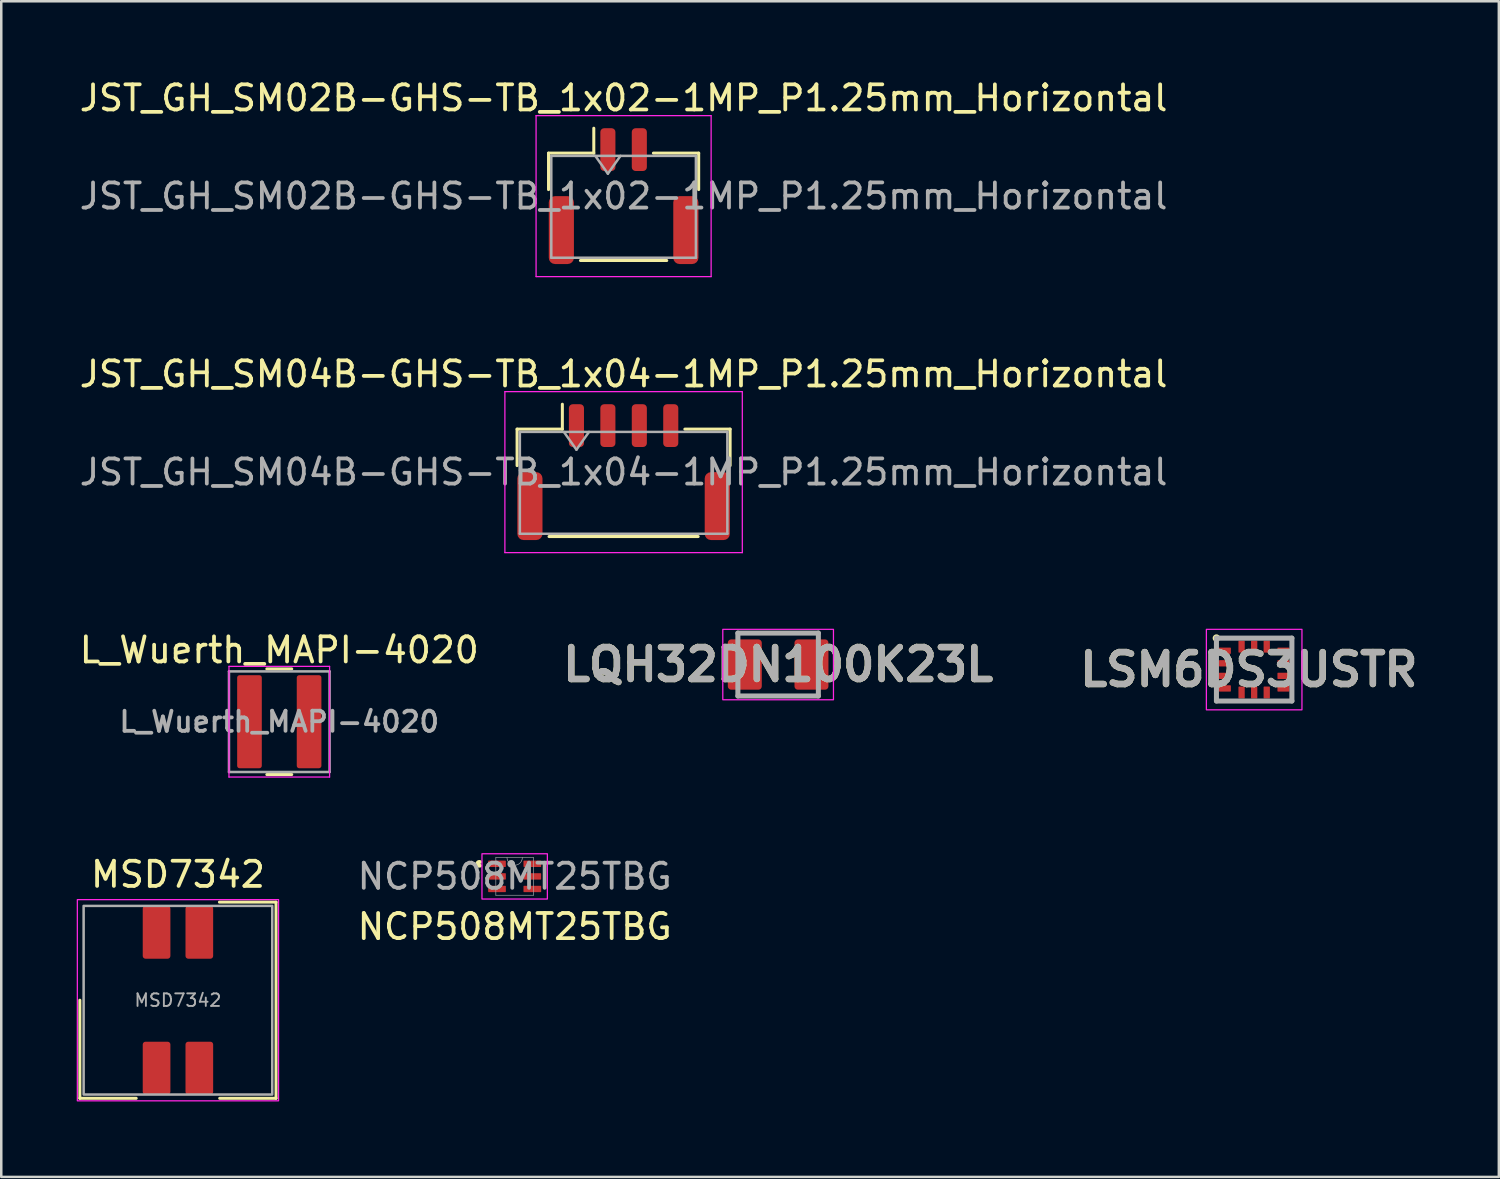
<source format=kicad_pcb>
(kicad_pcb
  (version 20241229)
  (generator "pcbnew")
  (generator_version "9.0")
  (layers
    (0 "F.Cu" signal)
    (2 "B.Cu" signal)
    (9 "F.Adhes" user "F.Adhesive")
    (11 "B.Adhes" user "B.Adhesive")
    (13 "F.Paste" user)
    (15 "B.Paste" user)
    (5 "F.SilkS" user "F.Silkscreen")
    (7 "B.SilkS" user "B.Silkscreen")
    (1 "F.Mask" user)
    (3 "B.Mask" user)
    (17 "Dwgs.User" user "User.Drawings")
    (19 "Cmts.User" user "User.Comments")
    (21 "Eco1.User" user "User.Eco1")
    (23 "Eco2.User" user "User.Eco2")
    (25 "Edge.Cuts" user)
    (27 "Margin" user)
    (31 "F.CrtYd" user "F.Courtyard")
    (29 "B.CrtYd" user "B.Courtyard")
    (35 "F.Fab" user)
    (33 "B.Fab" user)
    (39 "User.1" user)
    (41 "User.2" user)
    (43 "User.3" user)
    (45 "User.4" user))
  (footprint "NCP508MT25TBG"
    (layer "F.Cu")
    (at 17.413 31.795)
    (property "Reference" "NCP508MT25TBG" (at 0 2 0) (unlocked yes) (layer "F.SilkS") (effects (font (size 1 1) (thickness 0.15))))
    (attr smd)
    (fp_arc (start -1.38684 -0.426172) (mid -1.481899 -0.5) (end -1.38684 -0.573828) (stroke (width 0.1524) (type solid)) (layer "F.SilkS"))
    (fp_rect (start -1.3 -0.9) (end 1.3 0.9) (stroke (width 0.05) (type default)) (fill no) (layer "F.CrtYd"))
    (fp_line (start -0.749 -0.749) (end -0.749 0.749) (stroke (width 0.025) (type solid)) (layer "F.Fab"))
    (fp_line (start -0.749 0.749) (end 0.749 0.749) (stroke (width 0.025) (type solid)) (layer "F.Fab"))
    (fp_line (start 0.749 -0.749) (end -0.749 -0.749) (stroke (width 0.025) (type solid)) (layer "F.Fab"))
    (fp_line (start 0.749 0.749) (end 0.749 -0.749) (stroke (width 0.025) (type solid)) (layer "F.Fab"))
    (fp_arc (start 0.3048 -0.7493) (mid 0 -0.4445) (end -0.3048 -0.7493) (stroke (width 0.0254) (type solid)) (layer "F.Fab"))
    (fp_circle (center -0.14 -0.5) (end -0.14 -0.5) (stroke (width 0.152) (type solid)) (fill no) (layer "F.Fab"))
    (fp_text user "${REFERENCE}" (at 0 0 0) (unlocked yes) (layer "F.Fab") (effects (font (size 1 1) (thickness 0.15))))
    (pad "1" smd roundrect (at -0.702 -0.5) (size 0.704 0.254) (layers "F.Cu" "F.Mask" "F.Paste") (roundrect_rratio 0.1))
    (pad "2" smd roundrect (at -0.702 0) (size 0.704 0.254) (layers "F.Cu" "F.Mask" "F.Paste") (roundrect_rratio 0.1))
    (pad "3" smd roundrect (at -0.702 0.5) (size 0.704 0.254) (layers "F.Cu" "F.Mask" "F.Paste") (roundrect_rratio 0.1))
    (pad "4" smd roundrect (at 0.702 0.5) (size 0.704 0.254) (layers "F.Cu" "F.Mask" "F.Paste") (roundrect_rratio 0.1))
    (pad "5" smd roundrect (at 0.7 0) (size 0.704 0.254) (layers "F.Cu" "F.Mask" "F.Paste") (roundrect_rratio 0.1))
    (pad "6" smd roundrect (at 0.702 -0.5) (size 0.704 0.254) (layers "F.Cu" "F.Mask" "F.Paste") (roundrect_rratio 0.1)))
  (footprint "JST_GH_SM02B-GHS-TB_1x02-1MP_P1.25mm_Horizontal"
    (layer "F.Cu")
    (at 21.744 4.748)
    (property "Reference" "JST_GH_SM02B-GHS-TB_1x02-1MP_P1.25mm_Horizontal" (at 0 -3.9 0) (layer "F.SilkS") (effects (font (size 1 1) (thickness 0.15))))
    (attr smd)
    (fp_line (start -2.985 -1.71) (end -1.185 -1.71) (stroke (width 0.12) (type solid)) (layer "F.SilkS"))
    (fp_line (start -2.985 -0.26) (end -2.985 -1.71) (stroke (width 0.12) (type solid)) (layer "F.SilkS"))
    (fp_line (start -1.715 2.56) (end 1.715 2.56) (stroke (width 0.12) (type solid)) (layer "F.SilkS"))
    (fp_line (start -1.185 -1.71) (end -1.185 -2.7) (stroke (width 0.12) (type solid)) (layer "F.SilkS"))
    (fp_line (start 2.985 -1.71) (end 1.185 -1.71) (stroke (width 0.12) (type solid)) (layer "F.SilkS"))
    (fp_line (start 2.985 -0.26) (end 2.985 -1.71) (stroke (width 0.12) (type solid)) (layer "F.SilkS"))
    (fp_line (start -3.48 -3.2) (end -3.48 3.2) (stroke (width 0.05) (type solid)) (layer "F.CrtYd"))
    (fp_line (start -3.48 3.2) (end 3.48 3.2) (stroke (width 0.05) (type solid)) (layer "F.CrtYd"))
    (fp_line (start 3.48 -3.2) (end -3.48 -3.2) (stroke (width 0.05) (type solid)) (layer "F.CrtYd"))
    (fp_line (start 3.48 3.2) (end 3.48 -3.2) (stroke (width 0.05) (type solid)) (layer "F.CrtYd"))
    (fp_line (start -2.875 -1.6) (end -2.875 2.45) (stroke (width 0.1) (type solid)) (layer "F.Fab"))
    (fp_line (start -2.875 -1.6) (end 2.875 -1.6) (stroke (width 0.1) (type solid)) (layer "F.Fab"))
    (fp_line (start -2.875 2.45) (end 2.875 2.45) (stroke (width 0.1) (type solid)) (layer "F.Fab"))
    (fp_line (start -1.125 -1.6) (end -0.625 -0.893) (stroke (width 0.1) (type solid)) (layer "F.Fab"))
    (fp_line (start -0.625 -0.893) (end -0.125 -1.6) (stroke (width 0.1) (type solid)) (layer "F.Fab"))
    (fp_line (start 2.875 -1.6) (end 2.875 2.45) (stroke (width 0.1) (type solid)) (layer "F.Fab"))
    (fp_text user "${REFERENCE}" (at 0 0 0) (layer "F.Fab") (effects (font (size 1 1) (thickness 0.15))))
    (pad "1" smd roundrect (at -0.625 -1.85) (size 0.6 1.7) (layers "F.Cu" "F.Mask" "F.Paste") (roundrect_rratio 0.25))
    (pad "2" smd roundrect (at 0.625 -1.85) (size 0.6 1.7) (layers "F.Cu" "F.Mask" "F.Paste") (roundrect_rratio 0.25))
    (pad "MP1" smd roundrect (at -2.475 1.35) (size 1 2.7) (layers "F.Cu" "F.Mask" "F.Paste") (roundrect_rratio 0.25))
    (pad "MP2" smd roundrect (at 2.475 1.35) (size 1 2.7) (layers "F.Cu" "F.Mask" "F.Paste") (roundrect_rratio 0.25)))
  (footprint "LSM6DS3USTR"
    (layer "F.Cu")
    (at 46.815 23.572)
    (property "Reference" "LSM6DS3USTR" (at -0.209 0 0) (layer "F.SilkS") (effects (font (size 1.27 1.27) (thickness 0.254))))
    (attr smd)
    (fp_line (start -1.5 -0.9) (end -1.5 1.25) (stroke (width 0.1) (type default)) (layer "F.SilkS"))
    (fp_line (start -1.5 1.25) (end 1.5 1.25) (stroke (width 0.1) (type default)) (layer "F.SilkS"))
    (fp_line (start -1.15 -1.25) (end 1.5 -1.25) (stroke (width 0.1) (type default)) (layer "F.SilkS"))
    (fp_line (start 1.5 1.25) (end 1.5 -1.25) (stroke (width 0.1) (type default)) (layer "F.SilkS"))
    (fp_circle (center -1.5 -1.25) (end -1.35 -1.25) (stroke (width 0) (type solid)) (fill yes) (layer "F.SilkS"))
    (fp_rect (start -1.9 -1.6) (end 1.9 1.6) (stroke (width 0.05) (type default)) (fill no) (layer "F.CrtYd"))
    (fp_line (start -1.5 -1.25) (end 1.5 -1.25) (stroke (width 0.2) (type solid)) (layer "F.Fab"))
    (fp_line (start -1.5 1.25) (end -1.5 -1.25) (stroke (width 0.2) (type solid)) (layer "F.Fab"))
    (fp_line (start 1.5 -1.25) (end 1.5 1.25) (stroke (width 0.2) (type solid)) (layer "F.Fab"))
    (fp_line (start 1.5 1.25) (end -1.5 1.25) (stroke (width 0.2) (type solid)) (layer "F.Fab"))
    (fp_text user "${REFERENCE}" (at -0.209 0 0) (layer "F.Fab") (effects (font (size 1.27 1.27) (thickness 0.254))))
    (pad "1" smd roundrect (at -1.163 -0.75 90) (size 0.25 0.475) (layers "F.Cu" "F.Mask" "F.Paste") (roundrect_rratio 0.1))
    (pad "2" smd roundrect (at -1.163 -0.25 90) (size 0.25 0.475) (layers "F.Cu" "F.Mask" "F.Paste") (roundrect_rratio 0.1))
    (pad "3" smd roundrect (at -1.163 0.25 90) (size 0.25 0.475) (layers "F.Cu" "F.Mask" "F.Paste") (roundrect_rratio 0.1))
    (pad "4" smd roundrect (at -1.163 0.75 90) (size 0.25 0.475) (layers "F.Cu" "F.Mask" "F.Paste") (roundrect_rratio 0.1))
    (pad "5" smd roundrect (at -0.5 0.912) (size 0.25 0.475) (layers "F.Cu" "F.Mask" "F.Paste") (roundrect_rratio 0.1))
    (pad "6" smd roundrect (at 0 0.912) (size 0.25 0.475) (layers "F.Cu" "F.Mask" "F.Paste") (roundrect_rratio 0.1))
    (pad "7" smd roundrect (at 0.5 0.912) (size 0.25 0.475) (layers "F.Cu" "F.Mask" "F.Paste") (roundrect_rratio 0.1))
    (pad "8" smd roundrect (at 1.163 0.75 90) (size 0.25 0.475) (layers "F.Cu" "F.Mask" "F.Paste") (roundrect_rratio 0.1))
    (pad "9" smd roundrect (at 1.163 0.25 90) (size 0.25 0.475) (layers "F.Cu" "F.Mask" "F.Paste") (roundrect_rratio 0.1))
    (pad "10" smd roundrect (at 1.163 -0.25 90) (size 0.25 0.475) (layers "F.Cu" "F.Mask" "F.Paste") (roundrect_rratio 0.1))
    (pad "11" smd roundrect (at 1.163 -0.75 90) (size 0.25 0.475) (layers "F.Cu" "F.Mask" "F.Paste") (roundrect_rratio 0.1))
    (pad "12" smd roundrect (at 0.5 -0.912) (size 0.25 0.475) (layers "F.Cu" "F.Mask" "F.Paste") (roundrect_rratio 0.1))
    (pad "13" smd roundrect (at 0 -0.912) (size 0.25 0.475) (layers "F.Cu" "F.Mask" "F.Paste") (roundrect_rratio 0.1))
    (pad "14" smd roundrect (at -0.5 -0.912) (size 0.25 0.475) (layers "F.Cu" "F.Mask" "F.Paste") (roundrect_rratio 0.1)))
  (footprint "L_Wuerth_MAPI-4020"
    (layer "F.Cu")
    (at 8.054 25.645)
    (property "Reference" "L_Wuerth_MAPI-4020" (at 0 -2.85 0) (layer "F.SilkS") (effects (font (size 1 1) (thickness 0.15))))
    (attr smd)
    (fp_line (start -0.495 -2.1) (end 0.495 -2.1) (stroke (width 0.12) (type solid)) (layer "F.SilkS"))
    (fp_line (start -0.495 2.1) (end 0.495 2.1) (stroke (width 0.12) (type solid)) (layer "F.SilkS"))
    (fp_line (start -2 -2.2) (end -2 2.2) (stroke (width 0.05) (type solid)) (layer "F.CrtYd"))
    (fp_line (start -2 2.2) (end 2 2.2) (stroke (width 0.05) (type solid)) (layer "F.CrtYd"))
    (fp_line (start 2 -2.2) (end -2 -2.2) (stroke (width 0.05) (type solid)) (layer "F.CrtYd"))
    (fp_line (start 2 2.2) (end 2 -2.2) (stroke (width 0.05) (type solid)) (layer "F.CrtYd"))
    (fp_line (start -2 -2) (end -2 2) (stroke (width 0.1) (type solid)) (layer "F.Fab"))
    (fp_line (start -2 2) (end 2 2) (stroke (width 0.1) (type solid)) (layer "F.Fab"))
    (fp_line (start 2 -2) (end -2 -2) (stroke (width 0.1) (type solid)) (layer "F.Fab"))
    (fp_line (start 2 2) (end 2 -2) (stroke (width 0.1) (type solid)) (layer "F.Fab"))
    (fp_text user "${REFERENCE}" (at 0 0 0) (layer "F.Fab") (effects (font (size 0.8 0.8) (thickness 0.15))))
    (pad "1" smd roundrect (at -1.185 0) (size 0.98 3.7) (layers "F.Cu" "F.Mask" "F.Paste") (roundrect_rratio 0.1))
    (pad "2" smd roundrect (at 1.185 0) (size 0.98 3.7) (layers "F.Cu" "F.Mask" "F.Paste") (roundrect_rratio 0.1)))
  (footprint "JST_GH_SM04B-GHS-TB_1x04-1MP_P1.25mm_Horizontal"
    (layer "F.Cu")
    (at 21.744 15.722)
    (property "Reference" "JST_GH_SM04B-GHS-TB_1x04-1MP_P1.25mm_Horizontal" (at 0 -3.9 0) (layer "F.SilkS") (effects (font (size 1 1) (thickness 0.15))))
    (attr smd)
    (fp_line (start -4.235 -1.71) (end -2.435 -1.71) (stroke (width 0.12) (type solid)) (layer "F.SilkS"))
    (fp_line (start -4.235 -0.26) (end -4.235 -1.71) (stroke (width 0.12) (type solid)) (layer "F.SilkS"))
    (fp_line (start -2.965 2.56) (end 2.965 2.56) (stroke (width 0.12) (type solid)) (layer "F.SilkS"))
    (fp_line (start -2.435 -1.71) (end -2.435 -2.7) (stroke (width 0.12) (type solid)) (layer "F.SilkS"))
    (fp_line (start 4.235 -1.71) (end 2.435 -1.71) (stroke (width 0.12) (type solid)) (layer "F.SilkS"))
    (fp_line (start 4.235 -0.26) (end 4.235 -1.71) (stroke (width 0.12) (type solid)) (layer "F.SilkS"))
    (fp_line (start -4.72 -3.2) (end -4.72 3.2) (stroke (width 0.05) (type solid)) (layer "F.CrtYd"))
    (fp_line (start -4.72 3.2) (end 4.72 3.2) (stroke (width 0.05) (type solid)) (layer "F.CrtYd"))
    (fp_line (start 4.72 -3.2) (end -4.72 -3.2) (stroke (width 0.05) (type solid)) (layer "F.CrtYd"))
    (fp_line (start 4.72 3.2) (end 4.72 -3.2) (stroke (width 0.05) (type solid)) (layer "F.CrtYd"))
    (fp_line (start -4.125 -1.6) (end -4.125 2.45) (stroke (width 0.1) (type solid)) (layer "F.Fab"))
    (fp_line (start -4.125 -1.6) (end 4.125 -1.6) (stroke (width 0.1) (type solid)) (layer "F.Fab"))
    (fp_line (start -4.125 2.45) (end 4.125 2.45) (stroke (width 0.1) (type solid)) (layer "F.Fab"))
    (fp_line (start -2.375 -1.6) (end -1.875 -0.893) (stroke (width 0.1) (type solid)) (layer "F.Fab"))
    (fp_line (start -1.875 -0.893) (end -1.375 -1.6) (stroke (width 0.1) (type solid)) (layer "F.Fab"))
    (fp_line (start 4.125 -1.6) (end 4.125 2.45) (stroke (width 0.1) (type solid)) (layer "F.Fab"))
    (fp_text user "${REFERENCE}" (at 0 0 0) (layer "F.Fab") (effects (font (size 1 1) (thickness 0.15))))
    (pad "1" smd roundrect (at -1.875 -1.85) (size 0.6 1.7) (layers "F.Cu" "F.Mask" "F.Paste") (roundrect_rratio 0.25))
    (pad "2" smd roundrect (at -0.625 -1.85) (size 0.6 1.7) (layers "F.Cu" "F.Mask" "F.Paste") (roundrect_rratio 0.25))
    (pad "3" smd roundrect (at 0.625 -1.85) (size 0.6 1.7) (layers "F.Cu" "F.Mask" "F.Paste") (roundrect_rratio 0.25))
    (pad "4" smd roundrect (at 1.875 -1.85) (size 0.6 1.7) (layers "F.Cu" "F.Mask" "F.Paste") (roundrect_rratio 0.25))
    (pad "MP1" smd roundrect (at -3.725 1.35) (size 1 2.7) (layers "F.Cu" "F.Mask" "F.Paste") (roundrect_rratio 0.25))
    (pad "MP2" smd roundrect (at 3.725 1.35) (size 1 2.7) (layers "F.Cu" "F.Mask" "F.Paste") (roundrect_rratio 0.25)))
  (footprint "MSD7342"
    (layer "F.Cu")
    (at 4.025 36.718)
    (property "Reference" "MSD7342" (at 0 -5 0) (unlocked yes) (layer "F.SilkS") (effects (font (size 1 1) (thickness 0.15))))
    (attr smd)
    (fp_line (start -3.9 3.9) (end -3.9 0) (stroke (width 0.12) (type solid)) (layer "F.SilkS"))
    (fp_line (start -3.9 3.9) (end -1.66 3.9) (stroke (width 0.12) (type solid)) (layer "F.SilkS"))
    (fp_line (start 3.9 -3.9) (end 1.65 -3.9) (stroke (width 0.12) (type solid)) (layer "F.SilkS"))
    (fp_line (start 3.9 -3.9) (end 3.9 3.9) (stroke (width 0.12) (type solid)) (layer "F.SilkS"))
    (fp_line (start 3.9 3.9) (end 1.66 3.9) (stroke (width 0.12) (type solid)) (layer "F.SilkS"))
    (fp_rect (start -4 -4) (end 4 4) (stroke (width 0.05) (type solid)) (fill no) (layer "F.CrtYd"))
    (fp_rect (start -3.75 -3.75) (end 3.75 3.75) (stroke (width 0.1) (type default)) (fill no) (layer "F.Fab"))
    (fp_text user "${REFERENCE}" (at 0 0 0) (unlocked yes) (layer "F.Fab") (effects (font (size 0.5 0.5) (thickness 0.075))))
    (pad "1" smd roundrect (at 0.85 -2.7) (size 1.1 2.1) (layers "F.Cu" "F.Mask" "F.Paste") (roundrect_rratio 0.1))
    (pad "2" smd roundrect (at -0.85 -2.7) (size 1.1 2.1) (layers "F.Cu" "F.Mask" "F.Paste") (roundrect_rratio 0.1))
    (pad "3" smd roundrect (at -0.85 2.7) (size 1.1 2.1) (layers "F.Cu" "F.Mask" "F.Paste") (roundrect_rratio 0.1))
    (pad "4" smd roundrect (at 0.85 2.7) (size 1.1 2.1) (layers "F.Cu" "F.Mask" "F.Paste") (roundrect_rratio 0.1)))
  (footprint "LQH32DN100K23L"
    (layer "F.Cu")
    (at 27.888 23.372)
    (property "Reference" "LQH32DN100K23L" (at 0 0 0) (layer "F.SilkS") (effects (font (size 1.27 1.27) (thickness 0.254))))
    (attr smd)
    (fp_line (start -1.6 -1.25) (end 1.5 -1.25) (stroke (width 0.1) (type solid)) (layer "F.SilkS"))
    (fp_line (start -1.5 1.25) (end 1.6 1.25) (stroke (width 0.1) (type solid)) (layer "F.SilkS"))
    (fp_rect (start -2.2 -1.4) (end 2.2 1.4) (stroke (width 0.05) (type default)) (fill no) (layer "F.CrtYd"))
    (fp_line (start -1.6 -1.25) (end 1.6 -1.25) (stroke (width 0.2) (type solid)) (layer "F.Fab"))
    (fp_line (start -1.6 1.25) (end -1.6 -1.25) (stroke (width 0.2) (type solid)) (layer "F.Fab"))
    (fp_line (start 1.6 -1.25) (end 1.6 1.25) (stroke (width 0.2) (type solid)) (layer "F.Fab"))
    (fp_line (start 1.6 1.25) (end -1.6 1.25) (stroke (width 0.2) (type solid)) (layer "F.Fab"))
    (fp_text user "${REFERENCE}" (at 0 0 0) (layer "F.Fab") (effects (font (size 1.27 1.27) (thickness 0.254))))
    (pad "1" smd roundrect (at -1.325 0) (size 1.35 2) (layers "F.Cu" "F.Mask" "F.Paste") (roundrect_rratio 0.1))
    (pad "2" smd roundrect (at 1.325 0) (size 1.35 2) (layers "F.Cu" "F.Mask" "F.Paste") (roundrect_rratio 0.1)))
  (gr_rect
    (start -3 -3)
    (end 56.543 43.743)
    (stroke (width 0.1) (type default))
    (fill no)
    (layer "Edge.Cuts")))
</source>
